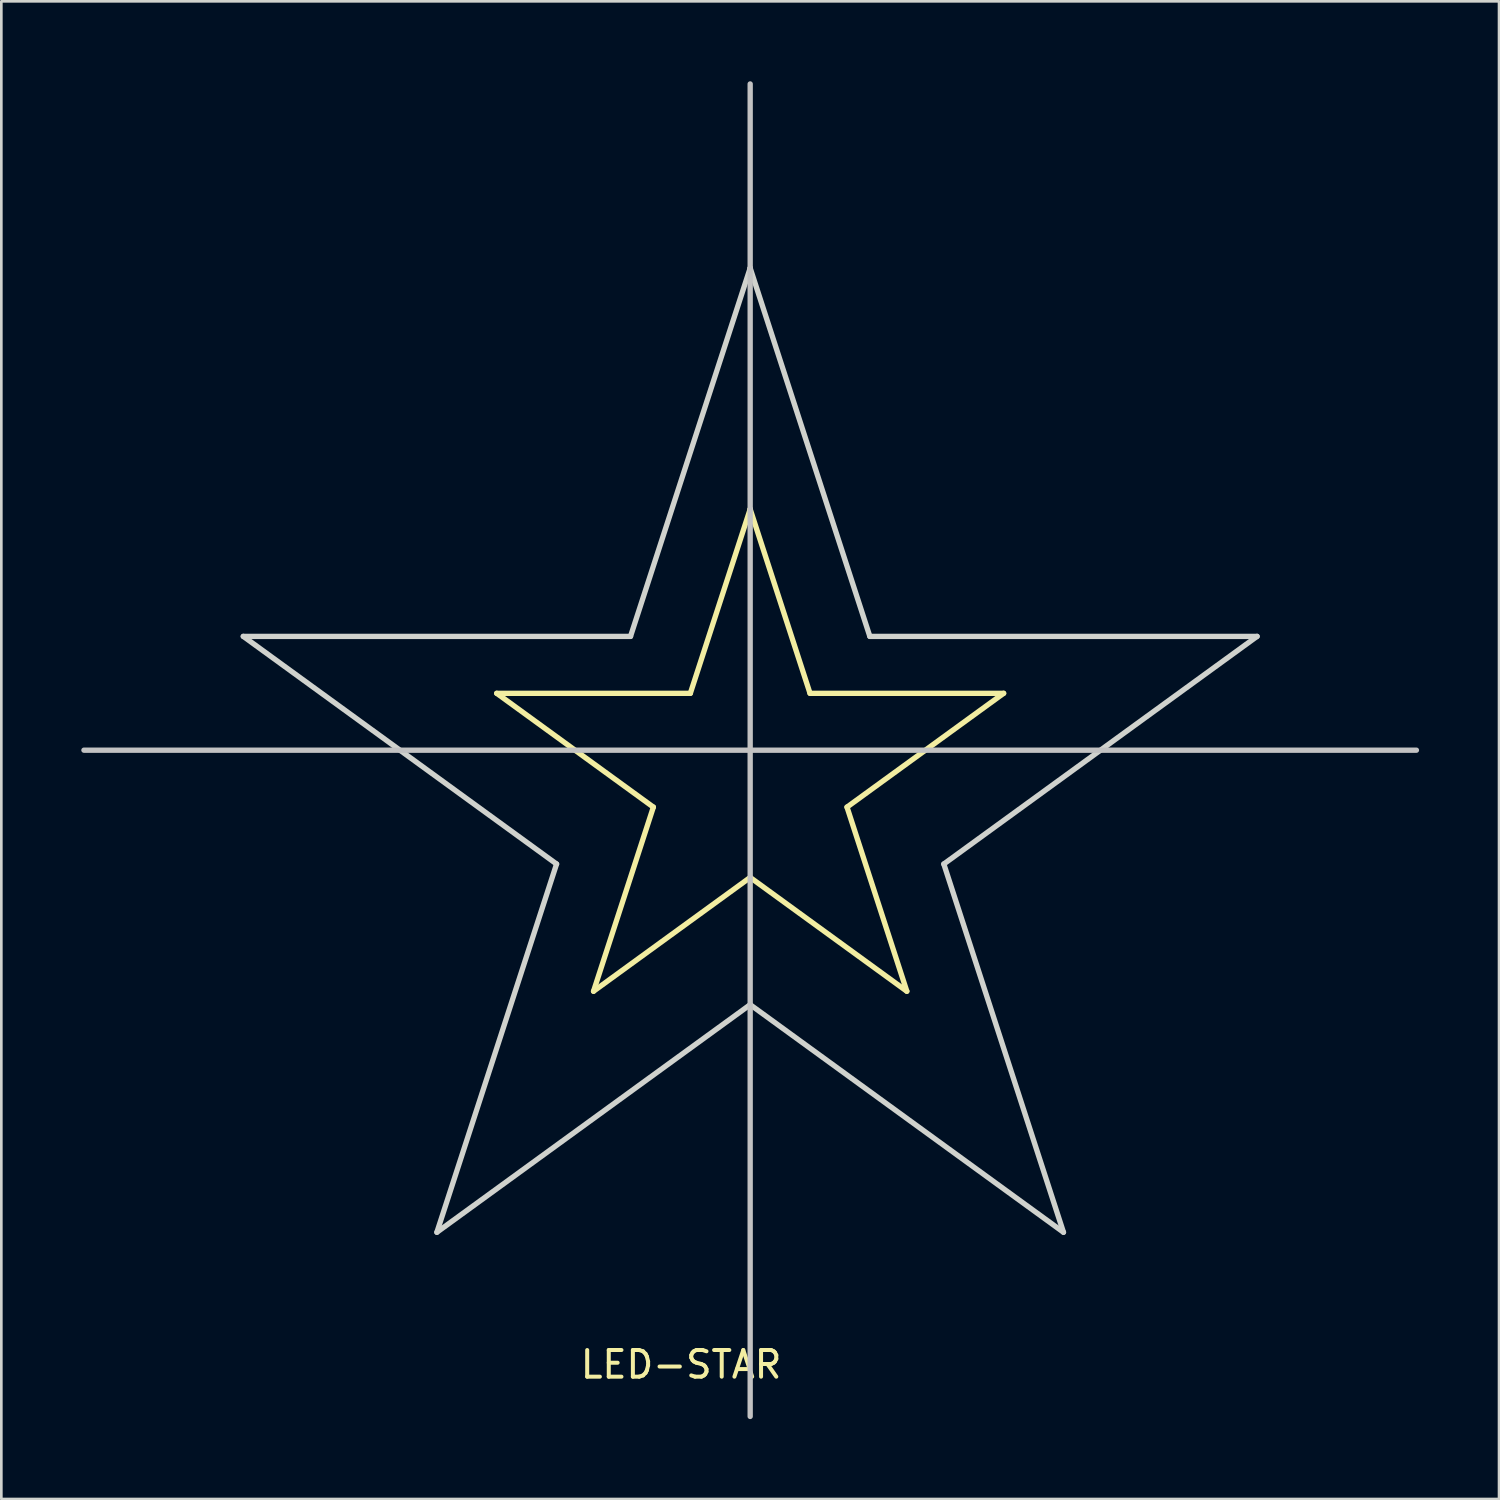
<source format=kicad_pcb>
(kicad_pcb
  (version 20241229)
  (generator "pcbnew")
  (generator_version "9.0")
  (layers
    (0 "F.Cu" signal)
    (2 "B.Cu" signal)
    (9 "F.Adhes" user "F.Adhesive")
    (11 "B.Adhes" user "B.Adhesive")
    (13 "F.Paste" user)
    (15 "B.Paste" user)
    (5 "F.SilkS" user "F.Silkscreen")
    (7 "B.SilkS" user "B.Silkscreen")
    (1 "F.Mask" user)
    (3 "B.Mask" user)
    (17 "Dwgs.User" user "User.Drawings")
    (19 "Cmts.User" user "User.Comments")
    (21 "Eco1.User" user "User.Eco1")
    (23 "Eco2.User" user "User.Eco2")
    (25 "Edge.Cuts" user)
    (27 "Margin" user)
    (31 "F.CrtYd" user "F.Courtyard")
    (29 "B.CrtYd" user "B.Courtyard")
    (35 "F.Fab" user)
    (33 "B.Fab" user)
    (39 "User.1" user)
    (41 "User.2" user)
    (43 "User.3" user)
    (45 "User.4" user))
  (footprint "LED-STAR"
    (layer "F.Cu")
    (at 25.119 25.111)
    (property "Reference" "LED-STAR" (at -2.611 23.043 0) (layer "F.SilkS") (effects (font (size 1 1) (thickness 0.15))))
    (attr through_hole)
    (fp_line (start -9.53 -2.145) (end -2.264 -2.145) (stroke (width 0.2) (type solid)) (layer "F.SilkS"))
    (fp_line (start -5.897 9.035) (end -3.652 2.125) (stroke (width 0.2) (type solid)) (layer "F.SilkS"))
    (fp_line (start -3.652 2.125) (end -9.53 -2.145) (stroke (width 0.2) (type solid)) (layer "F.SilkS"))
    (fp_line (start -2.264 -2.145) (end -0.019 -9.055) (stroke (width 0.2) (type solid)) (layer "F.SilkS"))
    (fp_line (start -0.019 -9.055) (end -0.019 -9.055) (stroke (width 0.2) (type solid)) (layer "F.SilkS"))
    (fp_line (start -0.019 -9.055) (end 2.226 -2.145) (stroke (width 0.2) (type solid)) (layer "F.SilkS"))
    (fp_line (start -0.019 4.764) (end -5.897 9.035) (stroke (width 0.2) (type solid)) (layer "F.SilkS"))
    (fp_line (start 2.226 -2.145) (end 9.492 -2.145) (stroke (width 0.2) (type solid)) (layer "F.SilkS"))
    (fp_line (start 3.614 2.125) (end 5.859 9.035) (stroke (width 0.2) (type solid)) (layer "F.SilkS"))
    (fp_line (start 5.859 9.035) (end -0.019 4.764) (stroke (width 0.2) (type solid)) (layer "F.SilkS"))
    (fp_line (start 9.492 -2.145) (end 3.614 2.125) (stroke (width 0.2) (type solid)) (layer "F.SilkS"))
    (fp_line (start -25.019 -0.011) (end 24.981 -0.011) (stroke (width 0.2) (type solid)) (layer "Dwgs.User"))
    (fp_line (start -0.019 -25.011) (end -0.019 24.99) (stroke (width 0.2) (type solid)) (layer "Dwgs.User"))
    (fp_line (start -19.04 -4.281) (end -4.509 -4.281) (stroke (width 0.2) (type solid)) (layer "Edge.Cuts"))
    (fp_line (start -11.775 18.079) (end -7.284 4.26) (stroke (width 0.2) (type solid)) (layer "Edge.Cuts"))
    (fp_line (start -7.284 4.26) (end -19.04 -4.281) (stroke (width 0.2) (type solid)) (layer "Edge.Cuts"))
    (fp_line (start -4.509 -4.281) (end -0.019 -18.101) (stroke (width 0.2) (type solid)) (layer "Edge.Cuts"))
    (fp_line (start -0.019 -18.101) (end -0.019 -18.101) (stroke (width 0.2) (type solid)) (layer "Edge.Cuts"))
    (fp_line (start -0.019 -18.101) (end 4.471 -4.281) (stroke (width 0.2) (type solid)) (layer "Edge.Cuts"))
    (fp_line (start -0.019 9.538) (end -11.775 18.079) (stroke (width 0.2) (type solid)) (layer "Edge.Cuts"))
    (fp_line (start 4.471 -4.281) (end 19.002 -4.281) (stroke (width 0.2) (type solid)) (layer "Edge.Cuts"))
    (fp_line (start 7.247 4.26) (end 11.737 18.079) (stroke (width 0.2) (type solid)) (layer "Edge.Cuts"))
    (fp_line (start 11.737 18.079) (end -0.019 9.538) (stroke (width 0.2) (type solid)) (layer "Edge.Cuts"))
    (fp_line (start 19.002 -4.281) (end 7.247 4.26) (stroke (width 0.2) (type solid)) (layer "Edge.Cuts")))
  (gr_rect
    (start -3 -3)
    (end 53.2 53.2)
    (stroke (width 0.1) (type default))
    (fill no)
    (layer "Edge.Cuts")))
</source>
